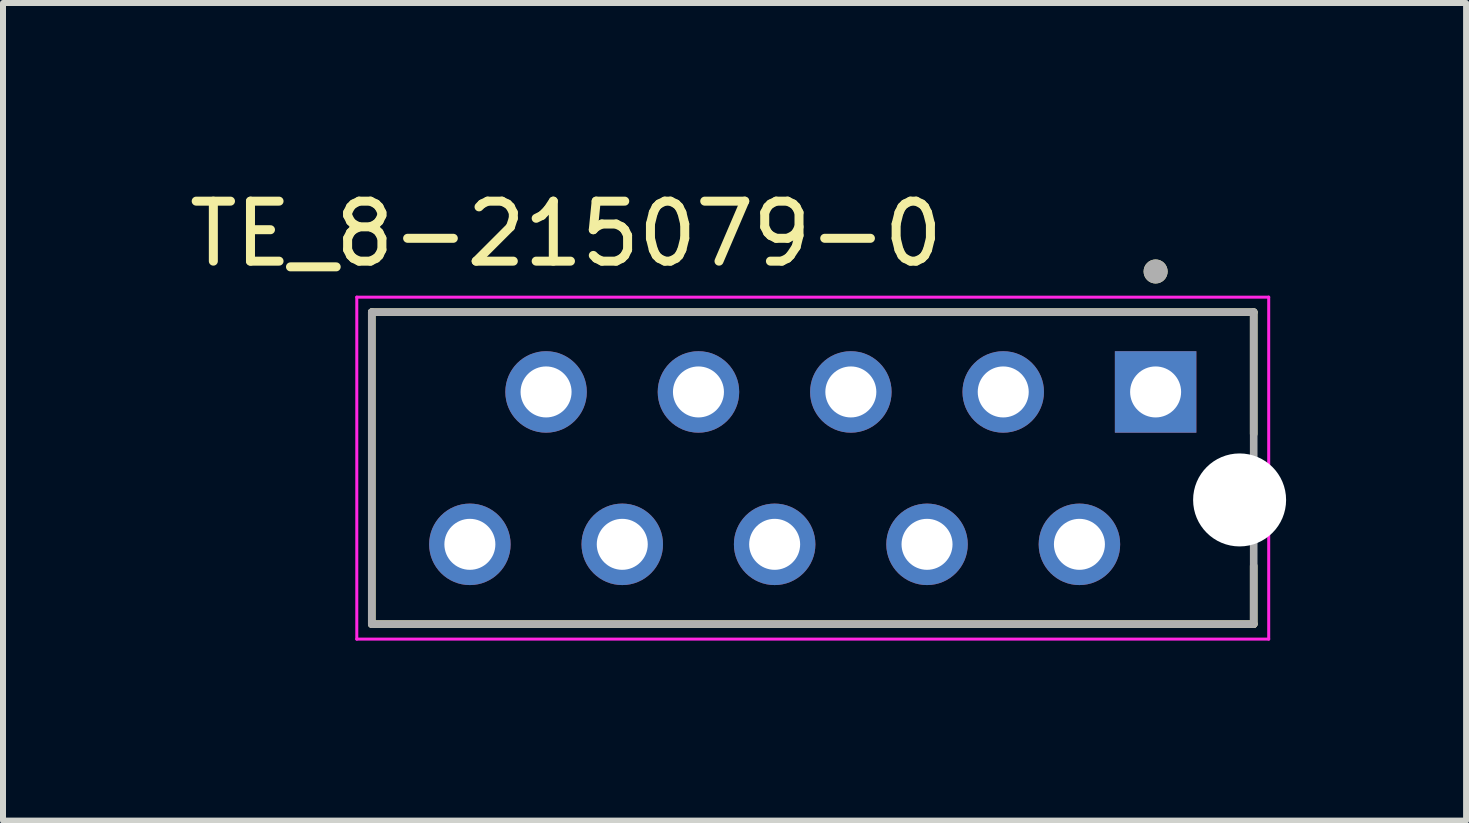
<source format=kicad_pcb>
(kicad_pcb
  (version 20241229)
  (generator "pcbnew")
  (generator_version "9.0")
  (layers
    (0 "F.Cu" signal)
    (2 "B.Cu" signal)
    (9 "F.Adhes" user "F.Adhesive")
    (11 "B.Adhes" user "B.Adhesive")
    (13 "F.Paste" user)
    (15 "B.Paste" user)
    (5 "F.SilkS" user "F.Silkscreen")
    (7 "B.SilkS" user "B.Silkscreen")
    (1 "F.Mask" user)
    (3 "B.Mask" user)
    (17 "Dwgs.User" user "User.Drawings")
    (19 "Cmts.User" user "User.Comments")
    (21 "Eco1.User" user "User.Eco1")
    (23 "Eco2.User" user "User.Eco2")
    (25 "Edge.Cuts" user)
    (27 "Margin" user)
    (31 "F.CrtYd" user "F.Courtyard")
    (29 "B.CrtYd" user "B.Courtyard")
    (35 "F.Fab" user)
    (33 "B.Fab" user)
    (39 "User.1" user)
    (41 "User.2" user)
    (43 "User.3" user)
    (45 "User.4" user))
  (footprint "TE_8-215079-0"
    (layer "F.Cu")
    (at 16.212 3.483)
    (property "Reference" "TE_8-215079-0" (at -9.825 -2.635 0) (layer "F.SilkS") (effects (font (size 1 1) (thickness 0.15))))
    (attr through_hole)
    (fp_line (start -13.065 -1.33) (end 1.635 -1.33) (stroke (width 0.127) (type solid)) (layer "F.SilkS"))
    (fp_line (start -13.065 3.87) (end -13.065 -1.33) (stroke (width 0.127) (type solid)) (layer "F.SilkS"))
    (fp_line (start 1.635 -1.33) (end 1.635 0.7) (stroke (width 0.127) (type solid)) (layer "F.SilkS"))
    (fp_line (start 1.635 2.9) (end 1.635 3.87) (stroke (width 0.127) (type solid)) (layer "F.SilkS"))
    (fp_line (start 1.635 3.87) (end -13.065 3.87) (stroke (width 0.127) (type solid)) (layer "F.SilkS"))
    (fp_circle (center 0 -2.008) (end 0.1 -2.008) (stroke (width 0.2) (type solid)) (fill no) (layer "F.SilkS"))
    (fp_line (start -13.315 -1.58) (end 1.885 -1.58) (stroke (width 0.05) (type solid)) (layer "F.CrtYd"))
    (fp_line (start -13.315 4.12) (end -13.315 -1.58) (stroke (width 0.05) (type solid)) (layer "F.CrtYd"))
    (fp_line (start 1.885 -1.58) (end 1.885 4.12) (stroke (width 0.05) (type solid)) (layer "F.CrtYd"))
    (fp_line (start 1.885 4.12) (end -13.315 4.12) (stroke (width 0.05) (type solid)) (layer "F.CrtYd"))
    (fp_line (start -13.065 -1.33) (end 1.635 -1.33) (stroke (width 0.127) (type solid)) (layer "F.Fab"))
    (fp_line (start -13.065 3.87) (end -13.065 -1.33) (stroke (width 0.127) (type solid)) (layer "F.Fab"))
    (fp_line (start 1.635 -1.33) (end 1.635 3.87) (stroke (width 0.127) (type solid)) (layer "F.Fab"))
    (fp_line (start 1.635 3.87) (end -13.065 3.87) (stroke (width 0.127) (type solid)) (layer "F.Fab"))
    (fp_circle (center 0 -2.008) (end 0.1 -2.008) (stroke (width 0.2) (type solid)) (fill no) (layer "F.Fab"))
    (pad "" np_thru_hole circle (at 1.4 1.8) (size 1.55 1.55) (drill 1.55) (layers "*.Cu" "*.Mask"))
    (pad "1" thru_hole rect (at 0 0) (size 1.358 1.358) (drill 0.85) (layers "*.Cu" "*.Mask"))
    (pad "2" thru_hole circle (at -1.27 2.54) (size 1.358 1.358) (drill 0.85) (layers "*.Cu" "*.Mask"))
    (pad "3" thru_hole circle (at -2.54 0) (size 1.358 1.358) (drill 0.85) (layers "*.Cu" "*.Mask"))
    (pad "4" thru_hole circle (at -3.81 2.54) (size 1.358 1.358) (drill 0.85) (layers "*.Cu" "*.Mask"))
    (pad "5" thru_hole circle (at -5.08 0) (size 1.358 1.358) (drill 0.85) (layers "*.Cu" "*.Mask"))
    (pad "6" thru_hole circle (at -6.35 2.54) (size 1.358 1.358) (drill 0.85) (layers "*.Cu" "*.Mask"))
    (pad "7" thru_hole circle (at -7.62 0) (size 1.358 1.358) (drill 0.85) (layers "*.Cu" "*.Mask"))
    (pad "8" thru_hole circle (at -8.89 2.54) (size 1.358 1.358) (drill 0.85) (layers "*.Cu" "*.Mask"))
    (pad "9" thru_hole circle (at -10.16 0) (size 1.358 1.358) (drill 0.85) (layers "*.Cu" "*.Mask"))
    (pad "10" thru_hole circle (at -11.43 2.54) (size 1.358 1.358) (drill 0.85) (layers "*.Cu" "*.Mask")))
  (gr_rect
    (start -3 -3)
    (end 21.387 10.628)
    (stroke (width 0.1) (type default))
    (fill no)
    (layer "Edge.Cuts")))
</source>
